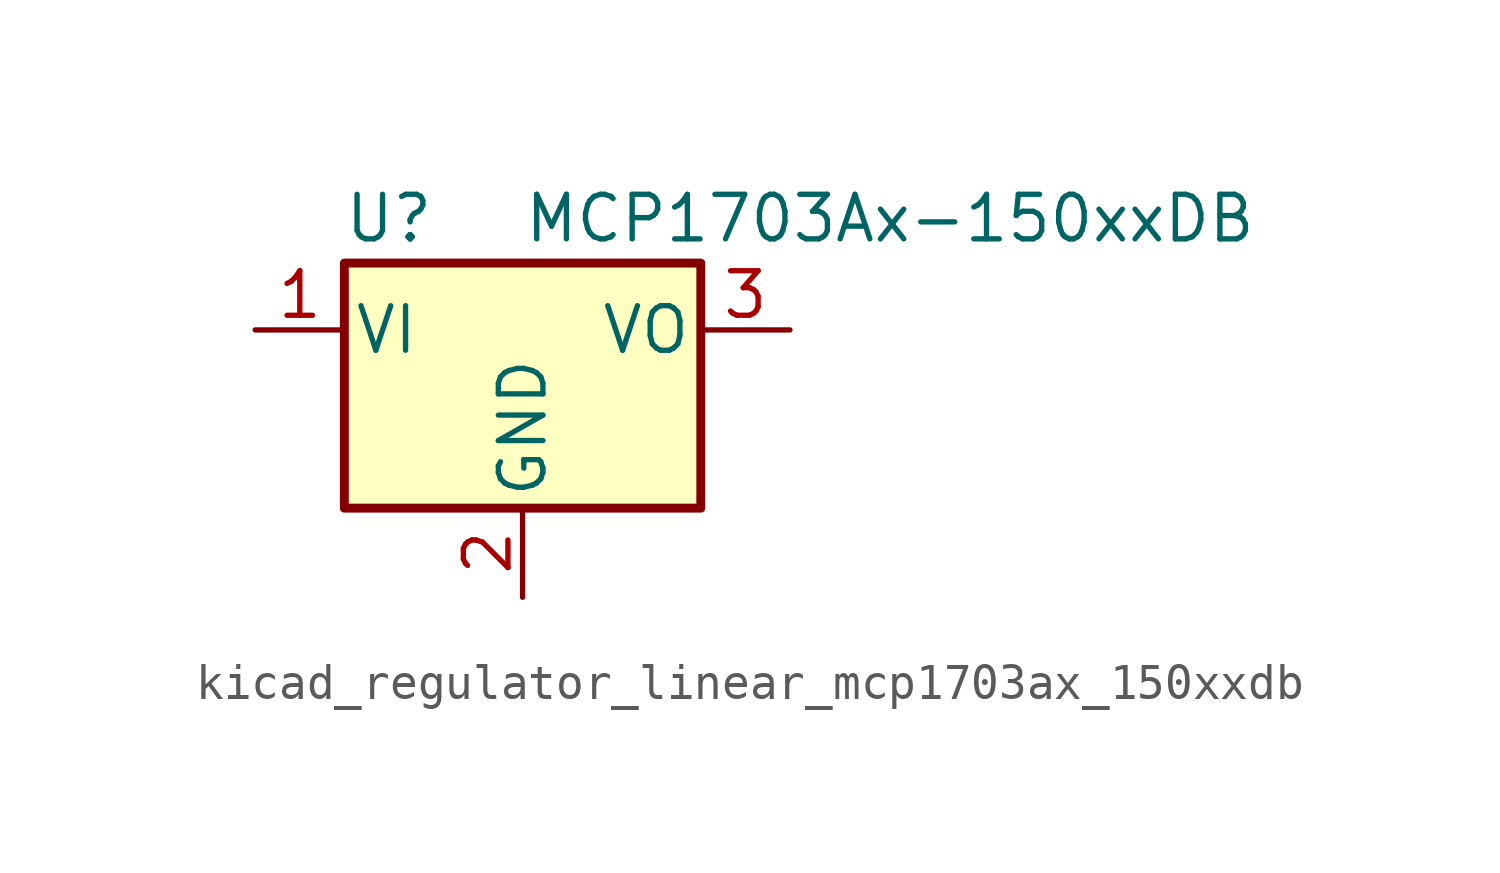
<source format=kicad_sym>
(kicad_symbol_lib
  (version 20220914)
  (generator kicad_symbol_editor)
  (symbol "kicad_regulator_linear_mcp1703ax_150xxdb"
    (pin_names
      (offset 0.254))
    (property "Reference" "U"
      (at -3.81 3.175 0)
      (effects (font (size 1.27 1.27))))
    (property "Value" "MCP1703Ax-150xxDB"
      (at 0 3.175 0)
      (effects (font (size 1.27 1.27)) (justify left)))
    (symbol "kicad_regulator_linear_mcp1703ax_150xxdb_0_1"
      (rectangle (start -5.08 -5.08) (end 5.08 1.905) (stroke (width 0.254) (type default)) (fill (type background))))
    (symbol "kicad_regulator_linear_mcp1703ax_150xxdb_1_1"
      (pin power_in line (at -7.62 0 0) (length 2.54) (name "VI" (effects (font (size 1.27 1.27)))) (number "1" (effects (font (size 1.27 1.27)))))
      (pin power_in line (at 0 -7.62 90) (length 2.54) (name "GND" (effects (font (size 1.27 1.27)))) (number "2" (effects (font (size 1.27 1.27)))))
      (pin power_out line (at 7.62 0 180) (length 2.54) (name "VO" (effects (font (size 1.27 1.27)))) (number "3" (effects (font (size 1.27 1.27))))))))
</source>
